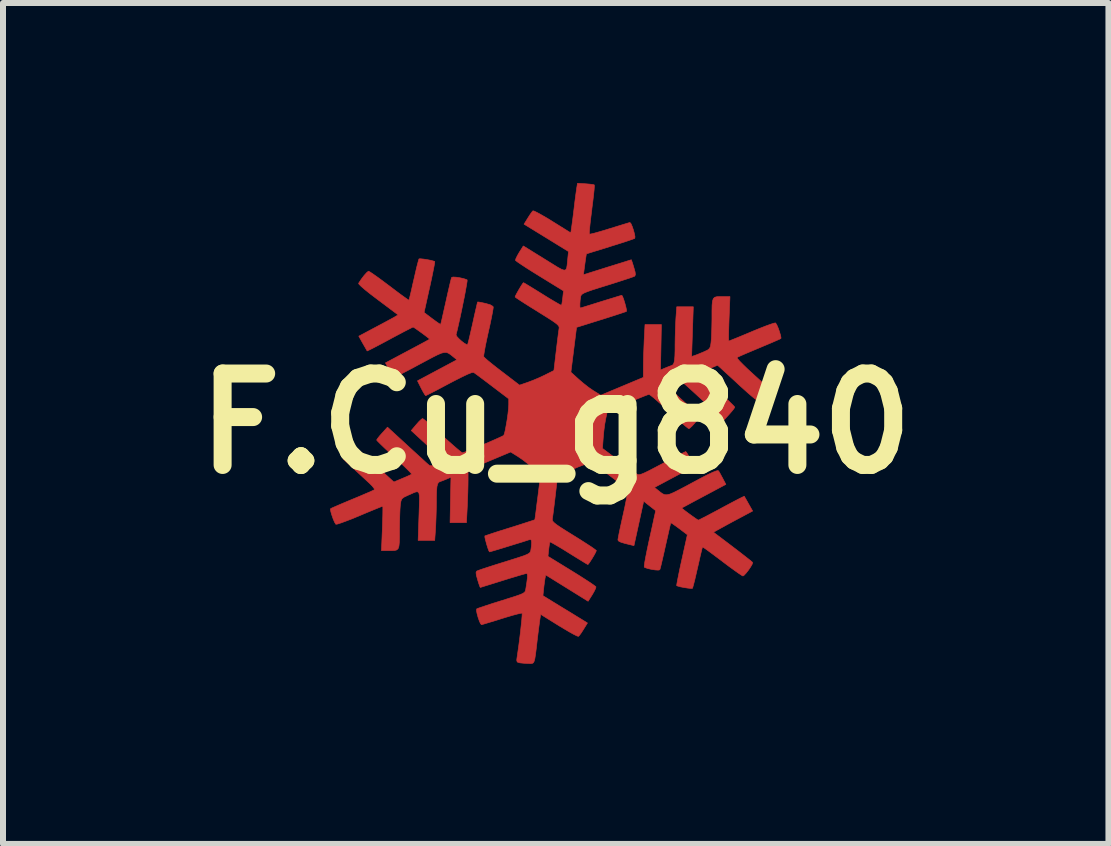
<source format=kicad_pcb>
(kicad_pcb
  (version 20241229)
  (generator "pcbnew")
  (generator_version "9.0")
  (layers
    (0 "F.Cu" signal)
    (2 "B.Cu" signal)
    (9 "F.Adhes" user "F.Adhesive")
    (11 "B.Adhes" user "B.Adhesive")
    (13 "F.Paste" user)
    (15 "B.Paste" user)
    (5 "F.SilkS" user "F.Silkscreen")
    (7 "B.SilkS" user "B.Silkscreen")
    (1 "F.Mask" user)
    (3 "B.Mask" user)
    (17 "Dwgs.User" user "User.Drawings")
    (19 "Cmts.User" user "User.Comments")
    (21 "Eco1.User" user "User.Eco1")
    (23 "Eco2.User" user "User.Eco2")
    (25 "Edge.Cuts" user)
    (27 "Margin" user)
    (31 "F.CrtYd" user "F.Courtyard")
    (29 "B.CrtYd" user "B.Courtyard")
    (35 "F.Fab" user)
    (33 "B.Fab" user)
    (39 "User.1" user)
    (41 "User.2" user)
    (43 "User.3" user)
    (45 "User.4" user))
  (footprint "F.Cu_g840"
    (layer "F.Cu")
    (at 6.212 4.01)
    (property "Reference" "F.Cu_g840" (at 0 0 0) (layer "F.SilkS") (effects (font (size 1.524 1.524) (thickness 0.3))))
    (attr through_hole)
    (fp_poly (pts (xy 0.498 -3.997) (xy 0.569 -3.991) (xy 0.622 -3.984) (xy 0.643 -3.978) (xy 0.644 -3.955) (xy 0.64 -3.896) (xy 0.631 -3.809) (xy 0.618 -3.7) (xy 0.602 -3.576) (xy 0.602 -3.568) (xy 0.586 -3.443) (xy 0.573 -3.333) (xy 0.564 -3.244) (xy 0.56 -3.184) (xy 0.56 -3.158) (xy 0.561 -3.158) (xy 0.584 -3.16) (xy 0.64 -3.173) (xy 0.722 -3.196) (xy 0.824 -3.226) (xy 0.894 -3.248) (xy 1.005 -3.282) (xy 1.102 -3.312) (xy 1.178 -3.335) (xy 1.225 -3.349) (xy 1.236 -3.352) (xy 1.253 -3.335) (xy 1.273 -3.29) (xy 1.294 -3.23) (xy 1.311 -3.168) (xy 1.321 -3.116) (xy 1.318 -3.089) (xy 1.318 -3.088) (xy 1.294 -3.078) (xy 1.235 -3.057) (xy 1.149 -3.028) (xy 1.042 -2.994) (xy 0.92 -2.956) (xy 0.906 -2.951) (xy 0.511 -2.829) (xy 0.499 -2.753) (xy 0.489 -2.683) (xy 0.478 -2.601) (xy 0.475 -2.579) (xy 0.462 -2.481) (xy 0.859 -2.606) (xy 0.981 -2.644) (xy 1.088 -2.677) (xy 1.174 -2.704) (xy 1.233 -2.723) (xy 1.259 -2.73) (xy 1.26 -2.731) (xy 1.267 -2.712) (xy 1.283 -2.664) (xy 1.302 -2.602) (xy 1.323 -2.528) (xy 1.328 -2.485) (xy 1.32 -2.462) (xy 1.314 -2.456) (xy 1.286 -2.445) (xy 1.224 -2.423) (xy 1.134 -2.394) (xy 1.024 -2.358) (xy 0.898 -2.318) (xy 0.856 -2.305) (xy 0.714 -2.261) (xy 0.607 -2.227) (xy 0.53 -2.2) (xy 0.478 -2.179) (xy 0.446 -2.161) (xy 0.427 -2.144) (xy 0.418 -2.126) (xy 0.415 -2.11) (xy 0.407 -2.055) (xy 0.403 -1.997) (xy 0.403 -1.949) (xy 0.408 -1.926) (xy 0.409 -1.926) (xy 0.43 -1.932) (xy 0.485 -1.949) (xy 0.566 -1.974) (xy 0.668 -2.006) (xy 0.751 -2.032) (xy 0.864 -2.067) (xy 0.963 -2.097) (xy 1.04 -2.121) (xy 1.088 -2.135) (xy 1.102 -2.138) (xy 1.114 -2.119) (xy 1.132 -2.073) (xy 1.151 -2.012) (xy 1.168 -1.949) (xy 1.179 -1.898) (xy 1.18 -1.872) (xy 1.18 -1.871) (xy 1.158 -1.862) (xy 1.101 -1.843) (xy 1.017 -1.815) (xy 0.911 -1.781) (xy 0.789 -1.742) (xy 0.759 -1.733) (xy 0.347 -1.604) (xy 0.3 -1.231) (xy 0.253 -0.857) (xy 0.38 -0.741) (xy 0.461 -0.672) (xy 0.55 -0.602) (xy 0.629 -0.548) (xy 0.751 -0.473) (xy 1.46 -0.77) (xy 1.461 -0.941) (xy 1.462 -1.032) (xy 1.465 -1.15) (xy 1.47 -1.277) (xy 1.474 -1.381) (xy 1.488 -1.651) (xy 1.761 -1.651) (xy 1.754 -1.272) (xy 1.746 -0.893) (xy 1.82 -0.925) (xy 1.879 -0.949) (xy 1.925 -0.966) (xy 1.93 -0.967) (xy 1.953 -0.98) (xy 1.969 -1.007) (xy 1.98 -1.053) (xy 1.986 -1.126) (xy 1.989 -1.231) (xy 1.989 -1.314) (xy 1.991 -1.438) (xy 1.995 -1.572) (xy 2 -1.694) (xy 2.003 -1.754) (xy 2.017 -1.947) (xy 2.293 -1.947) (xy 2.279 -1.533) (xy 2.265 -1.119) (xy 2.313 -1.134) (xy 2.359 -1.151) (xy 2.425 -1.178) (xy 2.468 -1.196) (xy 2.53 -1.225) (xy 2.563 -1.252) (xy 2.58 -1.29) (xy 2.589 -1.354) (xy 2.589 -1.357) (xy 2.595 -1.423) (xy 2.599 -1.519) (xy 2.602 -1.631) (xy 2.604 -1.746) (xy 2.604 -1.879) (xy 2.606 -1.976) (xy 2.613 -2.042) (xy 2.627 -2.084) (xy 2.651 -2.106) (xy 2.687 -2.115) (xy 2.738 -2.117) (xy 2.767 -2.117) (xy 2.904 -2.117) (xy 2.889 -1.746) (xy 2.885 -1.626) (xy 2.882 -1.523) (xy 2.881 -1.442) (xy 2.882 -1.391) (xy 2.884 -1.376) (xy 2.906 -1.384) (xy 2.961 -1.406) (xy 3.043 -1.439) (xy 3.144 -1.481) (xy 3.261 -1.53) (xy 3.272 -1.535) (xy 3.389 -1.583) (xy 3.493 -1.624) (xy 3.578 -1.655) (xy 3.637 -1.674) (xy 3.664 -1.678) (xy 3.664 -1.678) (xy 3.685 -1.645) (xy 3.709 -1.59) (xy 3.731 -1.527) (xy 3.748 -1.468) (xy 3.755 -1.428) (xy 3.753 -1.419) (xy 3.729 -1.406) (xy 3.672 -1.381) (xy 3.589 -1.345) (xy 3.487 -1.302) (xy 3.387 -1.26) (xy 3.273 -1.212) (xy 3.173 -1.17) (xy 3.093 -1.135) (xy 3.04 -1.111) (xy 3.021 -1.101) (xy 3.03 -1.083) (xy 3.065 -1.042) (xy 3.123 -0.983) (xy 3.196 -0.912) (xy 3.233 -0.878) (xy 3.317 -0.801) (xy 3.394 -0.731) (xy 3.455 -0.674) (xy 3.495 -0.638) (xy 3.502 -0.631) (xy 3.524 -0.609) (xy 3.527 -0.589) (xy 3.51 -0.561) (xy 3.468 -0.516) (xy 3.45 -0.498) (xy 3.399 -0.448) (xy 3.357 -0.413) (xy 3.337 -0.402) (xy 3.316 -0.416) (xy 3.27 -0.454) (xy 3.203 -0.511) (xy 3.123 -0.583) (xy 3.061 -0.639) (xy 2.971 -0.723) (xy 2.887 -0.8) (xy 2.817 -0.864) (xy 2.768 -0.909) (xy 2.751 -0.925) (xy 2.697 -0.973) (xy 2.555 -0.913) (xy 2.484 -0.883) (xy 2.43 -0.858) (xy 2.403 -0.843) (xy 2.402 -0.843) (xy 2.413 -0.826) (xy 2.452 -0.785) (xy 2.512 -0.725) (xy 2.59 -0.651) (xy 2.682 -0.566) (xy 2.688 -0.561) (xy 2.78 -0.475) (xy 2.861 -0.399) (xy 2.925 -0.337) (xy 2.968 -0.294) (xy 2.984 -0.274) (xy 2.984 -0.274) (xy 2.971 -0.251) (xy 2.937 -0.207) (xy 2.895 -0.159) (xy 2.805 -0.06) (xy 2.485 -0.353) (xy 2.386 -0.444) (xy 2.296 -0.527) (xy 2.219 -0.597) (xy 2.161 -0.649) (xy 2.129 -0.678) (xy 2.126 -0.681) (xy 2.1 -0.7) (xy 2.072 -0.704) (xy 2.031 -0.692) (xy 1.972 -0.668) (xy 1.859 -0.62) (xy 2.134 -0.369) (xy 2.409 -0.118) (xy 2.324 -0.017) (xy 2.277 0.036) (xy 2.238 0.073) (xy 2.219 0.085) (xy 2.198 0.071) (xy 2.151 0.033) (xy 2.083 -0.026) (xy 1.999 -0.101) (xy 1.905 -0.187) (xy 1.889 -0.201) (xy 1.794 -0.289) (xy 1.707 -0.365) (xy 1.636 -0.427) (xy 1.584 -0.469) (xy 1.558 -0.486) (xy 1.556 -0.487) (xy 1.529 -0.479) (xy 1.471 -0.457) (xy 1.387 -0.423) (xy 1.285 -0.381) (xy 1.195 -0.344) (xy 0.859 -0.2) (xy 0.832 -0.074) (xy 0.817 0.011) (xy 0.803 0.117) (xy 0.793 0.222) (xy 0.792 0.233) (xy 0.779 0.413) (xy 1.047 0.614) (xy 1.142 0.685) (xy 1.228 0.749) (xy 1.297 0.8) (xy 1.343 0.834) (xy 1.355 0.843) (xy 1.373 0.851) (xy 1.396 0.851) (xy 1.431 0.841) (xy 1.484 0.819) (xy 1.558 0.783) (xy 1.659 0.73) (xy 1.775 0.669) (xy 1.891 0.607) (xy 1.993 0.553) (xy 2.077 0.51) (xy 2.136 0.48) (xy 2.166 0.466) (xy 2.167 0.466) (xy 2.182 0.483) (xy 2.21 0.529) (xy 2.242 0.589) (xy 2.304 0.713) (xy 1.646 1.064) (xy 1.707 1.113) (xy 1.749 1.147) (xy 1.784 1.171) (xy 1.817 1.185) (xy 1.855 1.186) (xy 1.903 1.175) (xy 1.967 1.148) (xy 2.052 1.105) (xy 2.165 1.046) (xy 2.276 0.986) (xy 2.42 0.909) (xy 2.531 0.852) (xy 2.613 0.813) (xy 2.668 0.791) (xy 2.701 0.783) (xy 2.714 0.788) (xy 2.734 0.821) (xy 2.764 0.877) (xy 2.784 0.914) (xy 2.836 1.013) (xy 2.471 1.208) (xy 2.358 1.268) (xy 2.259 1.321) (xy 2.18 1.364) (xy 2.125 1.393) (xy 2.102 1.406) (xy 2.101 1.406) (xy 2.114 1.42) (xy 2.152 1.45) (xy 2.205 1.49) (xy 2.264 1.533) (xy 2.319 1.572) (xy 2.36 1.6) (xy 2.378 1.609) (xy 2.399 1.599) (xy 2.452 1.572) (xy 2.53 1.532) (xy 2.628 1.48) (xy 2.741 1.42) (xy 2.764 1.407) (xy 2.878 1.346) (xy 2.978 1.293) (xy 3.059 1.251) (xy 3.116 1.223) (xy 3.142 1.211) (xy 3.143 1.211) (xy 3.154 1.231) (xy 3.181 1.278) (xy 3.214 1.337) (xy 3.282 1.457) (xy 2.954 1.632) (xy 2.849 1.689) (xy 2.758 1.739) (xy 2.687 1.778) (xy 2.643 1.803) (xy 2.631 1.812) (xy 2.772 1.918) (xy 2.904 2.018) (xy 3.022 2.108) (xy 3.123 2.186) (xy 3.202 2.248) (xy 3.256 2.291) (xy 3.281 2.313) (xy 3.281 2.314) (xy 3.276 2.34) (xy 3.25 2.386) (xy 3.213 2.441) (xy 3.173 2.492) (xy 3.138 2.529) (xy 3.12 2.54) (xy 3.096 2.527) (xy 3.045 2.493) (xy 2.972 2.441) (xy 2.881 2.375) (xy 2.78 2.299) (xy 2.774 2.294) (xy 2.674 2.219) (xy 2.586 2.153) (xy 2.515 2.101) (xy 2.467 2.068) (xy 2.447 2.056) (xy 2.446 2.056) (xy 2.44 2.078) (xy 2.426 2.135) (xy 2.406 2.218) (xy 2.383 2.322) (xy 2.365 2.399) (xy 2.339 2.512) (xy 2.316 2.611) (xy 2.296 2.687) (xy 2.283 2.734) (xy 2.278 2.746) (xy 2.253 2.747) (xy 2.202 2.742) (xy 2.138 2.732) (xy 2.076 2.72) (xy 2.031 2.707) (xy 2.016 2.701) (xy 2.018 2.678) (xy 2.028 2.621) (xy 2.045 2.535) (xy 2.067 2.427) (xy 2.094 2.302) (xy 2.101 2.272) (xy 2.194 1.852) (xy 2.059 1.75) (xy 1.995 1.703) (xy 1.946 1.669) (xy 1.92 1.654) (xy 1.918 1.654) (xy 1.912 1.676) (xy 1.898 1.733) (xy 1.879 1.818) (xy 1.855 1.924) (xy 1.829 2.039) (xy 1.802 2.16) (xy 1.777 2.268) (xy 1.757 2.354) (xy 1.742 2.413) (xy 1.734 2.436) (xy 1.709 2.442) (xy 1.658 2.439) (xy 1.595 2.429) (xy 1.533 2.415) (xy 1.487 2.399) (xy 1.476 2.392) (xy 1.476 2.369) (xy 1.484 2.31) (xy 1.5 2.222) (xy 1.522 2.111) (xy 1.549 1.983) (xy 1.564 1.914) (xy 1.594 1.781) (xy 1.62 1.662) (xy 1.641 1.564) (xy 1.657 1.493) (xy 1.664 1.455) (xy 1.665 1.449) (xy 1.648 1.437) (xy 1.608 1.405) (xy 1.564 1.371) (xy 1.466 1.293) (xy 1.385 1.664) (xy 1.304 2.034) (xy 1.25 2.021) (xy 1.152 1.997) (xy 1.089 1.978) (xy 1.054 1.962) (xy 1.039 1.945) (xy 1.037 1.934) (xy 1.042 1.904) (xy 1.054 1.839) (xy 1.073 1.748) (xy 1.097 1.637) (xy 1.123 1.52) (xy 1.15 1.398) (xy 1.172 1.288) (xy 1.189 1.2) (xy 1.198 1.139) (xy 1.199 1.112) (xy 1.18 1.091) (xy 1.132 1.05) (xy 1.062 0.992) (xy 0.975 0.924) (xy 0.896 0.864) (xy 0.603 0.641) (xy 0.466 0.688) (xy 0.374 0.723) (xy 0.268 0.768) (xy 0.179 0.81) (xy 0.03 0.885) (xy -0.008 1.21) (xy -0.022 1.327) (xy -0.035 1.432) (xy -0.046 1.517) (xy -0.054 1.573) (xy -0.056 1.587) (xy -0.057 1.607) (xy -0.049 1.627) (xy -0.028 1.65) (xy 0.011 1.682) (xy 0.072 1.724) (xy 0.16 1.78) (xy 0.279 1.854) (xy 0.305 1.87) (xy 0.417 1.94) (xy 0.515 2.003) (xy 0.595 2.055) (xy 0.65 2.094) (xy 0.676 2.115) (xy 0.677 2.117) (xy 0.667 2.142) (xy 0.642 2.189) (xy 0.609 2.245) (xy 0.575 2.298) (xy 0.548 2.337) (xy 0.536 2.349) (xy 0.517 2.339) (xy 0.467 2.309) (xy 0.394 2.264) (xy 0.303 2.208) (xy 0.221 2.157) (xy 0.12 2.094) (xy 0.031 2.041) (xy -0.038 2.001) (xy -0.082 1.977) (xy -0.096 1.973) (xy -0.103 1.997) (xy -0.111 2.05) (xy -0.117 2.097) (xy -0.129 2.212) (xy 0.267 2.455) (xy 0.383 2.527) (xy 0.486 2.593) (xy 0.571 2.648) (xy 0.633 2.691) (xy 0.666 2.716) (xy 0.671 2.721) (xy 0.664 2.749) (xy 0.639 2.8) (xy 0.609 2.852) (xy 0.54 2.961) (xy -0.167 2.522) (xy -0.178 2.579) (xy -0.186 2.632) (xy -0.196 2.707) (xy -0.201 2.752) (xy -0.213 2.868) (xy 0.098 3.059) (xy 0.205 3.124) (xy 0.303 3.184) (xy 0.386 3.235) (xy 0.445 3.271) (xy 0.469 3.286) (xy 0.529 3.323) (xy 0.464 3.428) (xy 0.426 3.488) (xy 0.394 3.531) (xy 0.379 3.546) (xy 0.356 3.54) (xy 0.303 3.514) (xy 0.227 3.472) (xy 0.134 3.417) (xy 0.054 3.369) (xy -0.251 3.179) (xy -0.263 3.256) (xy -0.27 3.307) (xy -0.281 3.389) (xy -0.294 3.491) (xy -0.307 3.598) (xy -0.323 3.738) (xy -0.336 3.841) (xy -0.347 3.913) (xy -0.359 3.96) (xy -0.373 3.986) (xy -0.392 3.997) (xy -0.417 4) (xy -0.451 3.998) (xy -0.461 3.998) (xy -0.533 3.994) (xy -0.594 3.988) (xy -0.609 3.985) (xy -0.642 3.973) (xy -0.65 3.943) (xy -0.646 3.909) (xy -0.633 3.82) (xy -0.618 3.715) (xy -0.603 3.6) (xy -0.589 3.484) (xy -0.577 3.375) (xy -0.567 3.281) (xy -0.561 3.208) (xy -0.559 3.166) (xy -0.56 3.159) (xy -0.583 3.161) (xy -0.639 3.174) (xy -0.722 3.196) (xy -0.823 3.226) (xy -0.894 3.248) (xy -1.005 3.283) (xy -1.102 3.312) (xy -1.178 3.335) (xy -1.225 3.349) (xy -1.236 3.352) (xy -1.253 3.335) (xy -1.273 3.29) (xy -1.294 3.23) (xy -1.311 3.168) (xy -1.321 3.116) (xy -1.318 3.089) (xy -1.318 3.089) (xy -1.294 3.078) (xy -1.235 3.058) (xy -1.149 3.029) (xy -1.042 2.994) (xy -0.92 2.956) (xy -0.907 2.952) (xy -0.771 2.909) (xy -0.67 2.877) (xy -0.599 2.852) (xy -0.553 2.833) (xy -0.525 2.815) (xy -0.51 2.798) (xy -0.503 2.778) (xy -0.5 2.764) (xy -0.482 2.649) (xy -0.472 2.571) (xy -0.471 2.523) (xy -0.478 2.501) (xy -0.486 2.498) (xy -0.514 2.504) (xy -0.575 2.521) (xy -0.662 2.547) (xy -0.769 2.579) (xy -0.881 2.614) (xy -0.999 2.651) (xy -1.102 2.683) (xy -1.183 2.708) (xy -1.237 2.725) (xy -1.257 2.731) (xy -1.266 2.712) (xy -1.283 2.664) (xy -1.302 2.602) (xy -1.323 2.527) (xy -1.328 2.483) (xy -1.319 2.461) (xy -1.314 2.457) (xy -1.287 2.446) (xy -1.225 2.424) (xy -1.136 2.395) (xy -1.025 2.359) (xy -0.9 2.32) (xy -0.858 2.307) (xy -0.715 2.262) (xy -0.608 2.228) (xy -0.531 2.202) (xy -0.479 2.181) (xy -0.446 2.163) (xy -0.428 2.146) (xy -0.419 2.128) (xy -0.415 2.111) (xy -0.405 2.04) (xy -0.402 1.986) (xy -0.406 1.943) (xy -0.425 1.932) (xy -0.45 1.938) (xy -0.555 1.972) (xy -0.669 2.007) (xy -0.782 2.042) (xy -0.889 2.075) (xy -0.982 2.103) (xy -1.053 2.124) (xy -1.095 2.136) (xy -1.103 2.138) (xy -1.115 2.119) (xy -1.132 2.073) (xy -1.151 2.012) (xy -1.168 1.949) (xy -1.18 1.899) (xy -1.181 1.873) (xy -1.181 1.872) (xy -1.159 1.864) (xy -1.103 1.845) (xy -1.019 1.817) (xy -0.913 1.783) (xy -0.791 1.745) (xy -0.762 1.736) (xy -0.638 1.697) (xy -0.529 1.662) (xy -0.44 1.633) (xy -0.378 1.613) (xy -0.35 1.603) (xy -0.348 1.603) (xy -0.345 1.581) (xy -0.337 1.525) (xy -0.326 1.44) (xy -0.313 1.333) (xy -0.299 1.228) (xy -0.253 0.857) (xy -0.38 0.741) (xy -0.461 0.672) (xy -0.55 0.603) (xy -0.629 0.549) (xy -0.751 0.473) (xy -1.106 0.622) (xy -1.461 0.771) (xy -1.461 0.941) (xy -1.462 1.032) (xy -1.465 1.15) (xy -1.47 1.277) (xy -1.474 1.381) (xy -1.488 1.651) (xy -1.761 1.651) (xy -1.754 1.272) (xy -1.746 0.893) (xy -1.82 0.925) (xy -1.879 0.949) (xy -1.925 0.966) (xy -1.93 0.967) (xy -1.953 0.98) (xy -1.969 1.007) (xy -1.98 1.053) (xy -1.986 1.126) (xy -1.989 1.231) (xy -1.989 1.314) (xy -1.991 1.438) (xy -1.995 1.572) (xy -2 1.694) (xy -2.003 1.754) (xy -2.017 1.947) (xy -2.293 1.947) (xy -2.279 1.533) (xy -2.274 1.387) (xy -2.271 1.279) (xy -2.272 1.204) (xy -2.28 1.158) (xy -2.297 1.138) (xy -2.326 1.137) (xy -2.369 1.153) (xy -2.428 1.18) (xy -2.465 1.196) (xy -2.528 1.226) (xy -2.562 1.252) (xy -2.579 1.289) (xy -2.589 1.349) (xy -2.59 1.358) (xy -2.595 1.424) (xy -2.599 1.519) (xy -2.602 1.631) (xy -2.604 1.746) (xy -2.604 1.879) (xy -2.606 1.976) (xy -2.613 2.042) (xy -2.627 2.084) (xy -2.651 2.106) (xy -2.687 2.115) (xy -2.738 2.117) (xy -2.767 2.117) (xy -2.904 2.117) (xy -2.889 1.746) (xy -2.885 1.626) (xy -2.882 1.523) (xy -2.881 1.442) (xy -2.881 1.391) (xy -2.884 1.376) (xy -2.905 1.384) (xy -2.96 1.406) (xy -3.041 1.439) (xy -3.143 1.481) (xy -3.259 1.53) (xy -3.271 1.535) (xy -3.388 1.584) (xy -3.493 1.624) (xy -3.577 1.655) (xy -3.636 1.674) (xy -3.663 1.678) (xy -3.664 1.678) (xy -3.685 1.645) (xy -3.709 1.59) (xy -3.731 1.527) (xy -3.748 1.469) (xy -3.755 1.428) (xy -3.753 1.419) (xy -3.729 1.406) (xy -3.672 1.381) (xy -3.589 1.345) (xy -3.487 1.302) (xy -3.387 1.26) (xy -3.273 1.213) (xy -3.173 1.17) (xy -3.093 1.136) (xy -3.04 1.111) (xy -3.021 1.101) (xy -3.027 1.081) (xy -3.058 1.041) (xy -3.106 0.993) (xy -3.167 0.937) (xy -3.246 0.864) (xy -3.33 0.786) (xy -3.374 0.745) (xy -3.541 0.59) (xy -3.449 0.496) (xy -3.398 0.447) (xy -3.357 0.413) (xy -3.337 0.402) (xy -3.315 0.416) (xy -3.269 0.454) (xy -3.202 0.511) (xy -3.122 0.583) (xy -3.061 0.639) (xy -2.97 0.723) (xy -2.887 0.8) (xy -2.817 0.864) (xy -2.768 0.909) (xy -2.751 0.925) (xy -2.697 0.973) (xy -2.555 0.913) (xy -2.484 0.883) (xy -2.429 0.858) (xy -2.402 0.843) (xy -2.402 0.842) (xy -2.413 0.825) (xy -2.451 0.785) (xy -2.512 0.725) (xy -2.59 0.65) (xy -2.681 0.566) (xy -2.687 0.56) (xy -2.78 0.475) (xy -2.861 0.399) (xy -2.925 0.337) (xy -2.968 0.294) (xy -2.984 0.274) (xy -2.985 0.274) (xy -2.971 0.251) (xy -2.937 0.207) (xy -2.894 0.159) (xy -2.804 0.059) (xy -2.487 0.35) (xy -2.388 0.441) (xy -2.297 0.524) (xy -2.22 0.594) (xy -2.163 0.647) (xy -2.13 0.676) (xy -2.127 0.679) (xy -2.101 0.699) (xy -2.075 0.704) (xy -2.036 0.694) (xy -1.972 0.669) (xy -1.86 0.621) (xy -2.408 0.116) (xy -2.324 0.016) (xy -2.277 -0.037) (xy -2.238 -0.073) (xy -2.219 -0.085) (xy -2.198 -0.071) (xy -2.151 -0.033) (xy -2.083 0.026) (xy -2 0.1) (xy -1.905 0.186) (xy -1.889 0.201) (xy -1.793 0.288) (xy -1.706 0.365) (xy -1.635 0.426) (xy -1.584 0.468) (xy -1.558 0.486) (xy -1.556 0.487) (xy -1.529 0.479) (xy -1.471 0.457) (xy -1.391 0.425) (xy -1.295 0.386) (xy -1.194 0.344) (xy -1.093 0.301) (xy -1.002 0.261) (xy -0.929 0.228) (xy -0.881 0.205) (xy -0.866 0.196) (xy -0.855 0.167) (xy -0.84 0.106) (xy -0.825 0.023) (xy -0.809 -0.07) (xy -0.796 -0.164) (xy -0.787 -0.248) (xy -0.783 -0.312) (xy -0.783 -0.316) (xy -0.783 -0.413) (xy -1.061 -0.624) (xy -1.157 -0.697) (xy -1.241 -0.76) (xy -1.309 -0.811) (xy -1.355 -0.844) (xy -1.369 -0.853) (xy -1.4 -0.85) (xy -1.466 -0.824) (xy -1.567 -0.776) (xy -1.703 -0.707) (xy -1.777 -0.668) (xy -1.892 -0.607) (xy -1.994 -0.553) (xy -2.078 -0.51) (xy -2.137 -0.48) (xy -2.166 -0.466) (xy -2.167 -0.466) (xy -2.182 -0.483) (xy -2.21 -0.529) (xy -2.242 -0.589) (xy -2.304 -0.713) (xy -1.646 -1.064) (xy -1.707 -1.113) (xy -1.749 -1.147) (xy -1.784 -1.171) (xy -1.817 -1.185) (xy -1.855 -1.186) (xy -1.903 -1.175) (xy -1.967 -1.148) (xy -2.053 -1.105) (xy -2.165 -1.045) (xy -2.276 -0.986) (xy -2.396 -0.921) (xy -2.504 -0.865) (xy -2.593 -0.818) (xy -2.658 -0.785) (xy -2.694 -0.768) (xy -2.699 -0.767) (xy -2.711 -0.787) (xy -2.738 -0.833) (xy -2.771 -0.892) (xy -2.838 -1.012) (xy -2.472 -1.207) (xy -2.359 -1.267) (xy -2.26 -1.32) (xy -2.18 -1.363) (xy -2.126 -1.393) (xy -2.102 -1.406) (xy -2.101 -1.406) (xy -2.114 -1.42) (xy -2.152 -1.45) (xy -2.205 -1.49) (xy -2.264 -1.533) (xy -2.319 -1.572) (xy -2.36 -1.6) (xy -2.378 -1.609) (xy -2.399 -1.599) (xy -2.452 -1.572) (xy -2.53 -1.532) (xy -2.628 -1.48) (xy -2.741 -1.42) (xy -2.764 -1.407) (xy -2.878 -1.346) (xy -2.978 -1.293) (xy -3.059 -1.251) (xy -3.116 -1.223) (xy -3.142 -1.211) (xy -3.143 -1.211) (xy -3.154 -1.231) (xy -3.181 -1.278) (xy -3.215 -1.337) (xy -3.282 -1.457) (xy -3.012 -1.601) (xy -2.91 -1.655) (xy -2.817 -1.705) (xy -2.741 -1.746) (xy -2.692 -1.773) (xy -2.684 -1.778) (xy -2.627 -1.812) (xy -2.963 -2.064) (xy -3.083 -2.155) (xy -3.177 -2.23) (xy -3.244 -2.288) (xy -3.28 -2.325) (xy -3.285 -2.339) (xy -3.241 -2.406) (xy -3.194 -2.468) (xy -3.152 -2.515) (xy -3.123 -2.539) (xy -3.119 -2.54) (xy -3.095 -2.527) (xy -3.044 -2.493) (xy -2.97 -2.441) (xy -2.88 -2.375) (xy -2.779 -2.299) (xy -2.773 -2.295) (xy -2.673 -2.219) (xy -2.585 -2.153) (xy -2.514 -2.102) (xy -2.466 -2.068) (xy -2.446 -2.057) (xy -2.446 -2.057) (xy -2.44 -2.079) (xy -2.426 -2.135) (xy -2.406 -2.218) (xy -2.383 -2.322) (xy -2.365 -2.399) (xy -2.339 -2.512) (xy -2.316 -2.611) (xy -2.296 -2.687) (xy -2.283 -2.734) (xy -2.278 -2.746) (xy -2.253 -2.747) (xy -2.202 -2.742) (xy -2.138 -2.732) (xy -2.076 -2.72) (xy -2.031 -2.707) (xy -2.016 -2.701) (xy -2.018 -2.678) (xy -2.028 -2.621) (xy -2.045 -2.535) (xy -2.067 -2.427) (xy -2.094 -2.302) (xy -2.101 -2.272) (xy -2.194 -1.852) (xy -2.059 -1.75) (xy -1.995 -1.703) (xy -1.946 -1.669) (xy -1.92 -1.654) (xy -1.918 -1.654) (xy -1.912 -1.676) (xy -1.898 -1.733) (xy -1.879 -1.818) (xy -1.855 -1.924) (xy -1.829 -2.039) (xy -1.802 -2.161) (xy -1.777 -2.268) (xy -1.757 -2.355) (xy -1.742 -2.413) (xy -1.734 -2.437) (xy -1.709 -2.443) (xy -1.658 -2.44) (xy -1.594 -2.43) (xy -1.533 -2.416) (xy -1.488 -2.401) (xy -1.476 -2.394) (xy -1.477 -2.371) (xy -1.486 -2.314) (xy -1.501 -2.23) (xy -1.52 -2.126) (xy -1.544 -2.009) (xy -1.569 -1.886) (xy -1.595 -1.765) (xy -1.62 -1.653) (xy -1.642 -1.556) (xy -1.661 -1.482) (xy -1.651 -1.456) (xy -1.617 -1.418) (xy -1.571 -1.376) (xy -1.524 -1.34) (xy -1.486 -1.318) (xy -1.469 -1.318) (xy -1.462 -1.34) (xy -1.447 -1.397) (xy -1.427 -1.482) (xy -1.403 -1.587) (xy -1.383 -1.674) (xy -1.358 -1.789) (xy -1.335 -1.889) (xy -1.317 -1.966) (xy -1.306 -2.014) (xy -1.302 -2.027) (xy -1.281 -2.026) (xy -1.23 -2.016) (xy -1.173 -2.004) (xy -1.092 -1.981) (xy -1.048 -1.955) (xy -1.041 -1.943) (xy -1.044 -1.913) (xy -1.055 -1.848) (xy -1.073 -1.757) (xy -1.096 -1.646) (xy -1.123 -1.526) (xy -1.15 -1.403) (xy -1.173 -1.293) (xy -1.189 -1.204) (xy -1.199 -1.143) (xy -1.2 -1.115) (xy -1.181 -1.095) (xy -1.134 -1.053) (xy -1.064 -0.996) (xy -0.977 -0.927) (xy -0.897 -0.866) (xy -0.603 -0.641) (xy -0.466 -0.688) (xy -0.374 -0.723) (xy -0.268 -0.768) (xy -0.179 -0.81) (xy -0.03 -0.885) (xy 0.008 -1.21) (xy 0.022 -1.327) (xy 0.035 -1.432) (xy 0.046 -1.517) (xy 0.054 -1.573) (xy 0.056 -1.587) (xy 0.057 -1.607) (xy 0.049 -1.627) (xy 0.028 -1.651) (xy -0.011 -1.682) (xy -0.072 -1.724) (xy -0.16 -1.78) (xy -0.279 -1.854) (xy -0.305 -1.871) (xy -0.417 -1.94) (xy -0.515 -2.002) (xy -0.594 -2.053) (xy -0.65 -2.09) (xy -0.676 -2.11) (xy -0.677 -2.111) (xy -0.668 -2.135) (xy -0.643 -2.182) (xy -0.611 -2.238) (xy -0.578 -2.293) (xy -0.551 -2.334) (xy -0.538 -2.349) (xy -0.518 -2.339) (xy -0.468 -2.309) (xy -0.394 -2.264) (xy -0.303 -2.208) (xy -0.221 -2.157) (xy -0.12 -2.094) (xy -0.031 -2.041) (xy 0.038 -2.001) (xy 0.082 -1.977) (xy 0.096 -1.973) (xy 0.103 -1.997) (xy 0.111 -2.05) (xy 0.117 -2.097) (xy 0.13 -2.212) (xy -0.267 -2.456) (xy -0.383 -2.528) (xy -0.486 -2.593) (xy -0.571 -2.649) (xy -0.633 -2.691) (xy -0.666 -2.716) (xy -0.671 -2.721) (xy -0.664 -2.749) (xy -0.639 -2.8) (xy -0.609 -2.852) (xy -0.54 -2.961) (xy -0.186 -2.742) (xy -0.062 -2.665) (xy 0.03 -2.608) (xy 0.096 -2.572) (xy 0.14 -2.557) (xy 0.167 -2.564) (xy 0.182 -2.591) (xy 0.19 -2.64) (xy 0.197 -2.711) (xy 0.201 -2.752) (xy 0.213 -2.868) (xy -0.157 -3.096) (xy -0.528 -3.324) (xy -0.463 -3.429) (xy -0.425 -3.488) (xy -0.393 -3.532) (xy -0.379 -3.547) (xy -0.355 -3.54) (xy -0.302 -3.514) (xy -0.226 -3.472) (xy -0.133 -3.418) (xy -0.054 -3.369) (xy 0.251 -3.179) (xy 0.263 -3.257) (xy 0.27 -3.308) (xy 0.281 -3.389) (xy 0.294 -3.491) (xy 0.307 -3.598) (xy 0.32 -3.707) (xy 0.333 -3.806) (xy 0.344 -3.886) (xy 0.351 -3.934) (xy 0.363 -4.005) (xy 0.498 -3.997)) (stroke (width 0.01) (type solid)) (fill yes) (layer "F.Cu")))
  (gr_rect
    (start -3 -3)
    (end 15.424 11.015)
    (stroke (width 0.1) (type default))
    (fill no)
    (layer "Edge.Cuts")))
</source>
